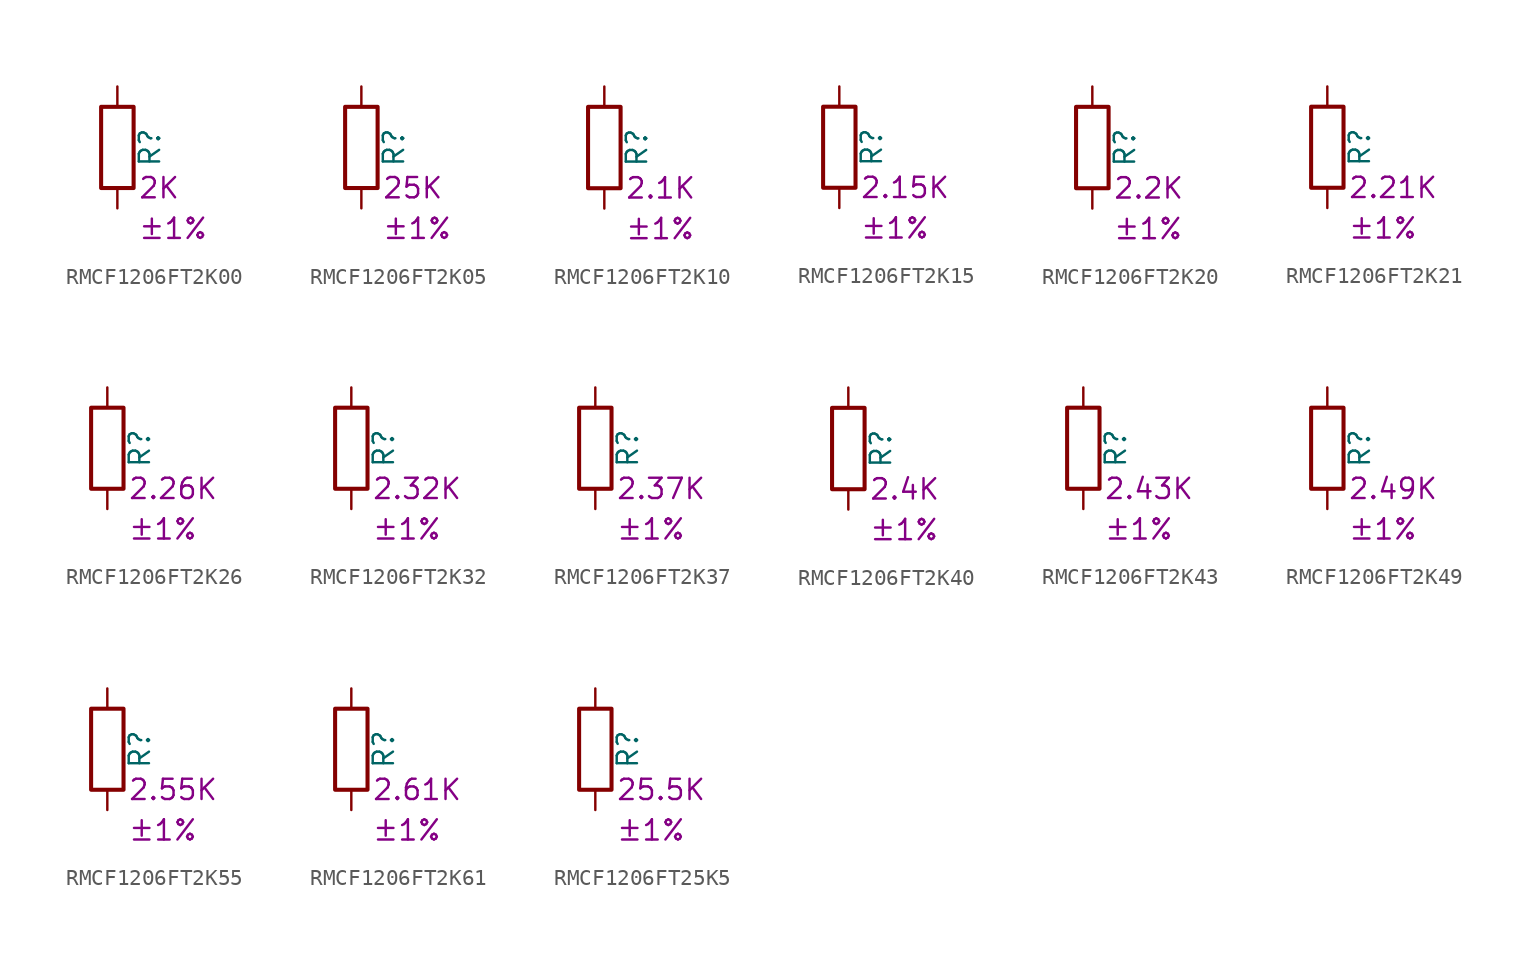
<source format=kicad_sym>
(kicad_symbol_lib
  (version 20220914)
  (generator kicad_symbol_editor)
  (symbol "RMCF1206FT2K00"
    (pin_numbers hide)
    (pin_names
      (offset 0))
    (property "Reference" "R"
      (at 2.032 0 90)
      (effects (font (size 1.27 1.27))))
    (property "Resistance" "2K"
      (at 1.27 -2.54 0)
      (effects (font (size 1.27 1.27)) (justify left)))
    (property "Tolerance" "±1%"
      (at 1.27 -5.08 0)
      (effects (font (size 1.27 1.27)) (justify left)))
    (symbol "RMCF1206FT2K00_0_1"
      (rectangle (start -1.016 -2.54) (end 1.016 2.54) (stroke (width 0.254) (type default)) (fill (type none))))
    (symbol "RMCF1206FT2K00_1_1"
      (pin passive line (at 0 3.81 270) (length 1.27) (name "~" (effects (font (size 1.27 1.27)))) (number "1" (effects (font (size 1.27 1.27)))))
      (pin passive line (at 0 -3.81 90) (length 1.27) (name "~" (effects (font (size 1.27 1.27)))) (number "2" (effects (font (size 1.27 1.27)))))))
  (symbol "RMCF1206FT2K05"
    (pin_numbers hide)
    (pin_names
      (offset 0))
    (property "Reference" "R"
      (at 2.032 0 90)
      (effects (font (size 1.27 1.27))))
    (property "Resistance" "25K"
      (at 1.27 -2.54 0)
      (effects (font (size 1.27 1.27)) (justify left)))
    (property "Tolerance" "±1%"
      (at 1.27 -5.08 0)
      (effects (font (size 1.27 1.27)) (justify left)))
    (symbol "RMCF1206FT2K05_0_1"
      (rectangle (start -1.016 -2.54) (end 1.016 2.54) (stroke (width 0.254) (type default)) (fill (type none))))
    (symbol "RMCF1206FT2K05_1_1"
      (pin passive line (at 0 3.81 270) (length 1.27) (name "~" (effects (font (size 1.27 1.27)))) (number "1" (effects (font (size 1.27 1.27)))))
      (pin passive line (at 0 -3.81 90) (length 1.27) (name "~" (effects (font (size 1.27 1.27)))) (number "2" (effects (font (size 1.27 1.27)))))))
  (symbol "RMCF1206FT2K10"
    (pin_numbers hide)
    (pin_names
      (offset 0))
    (property "Reference" "R"
      (at 2.032 0 90)
      (effects (font (size 1.27 1.27))))
    (property "Resistance" "2.1K"
      (at 1.27 -2.54 0)
      (effects (font (size 1.27 1.27)) (justify left)))
    (property "Tolerance" "±1%"
      (at 1.27 -5.08 0)
      (effects (font (size 1.27 1.27)) (justify left)))
    (symbol "RMCF1206FT2K10_0_1"
      (rectangle (start -1.016 -2.54) (end 1.016 2.54) (stroke (width 0.254) (type default)) (fill (type none))))
    (symbol "RMCF1206FT2K10_1_1"
      (pin passive line (at 0 3.81 270) (length 1.27) (name "~" (effects (font (size 1.27 1.27)))) (number "1" (effects (font (size 1.27 1.27)))))
      (pin passive line (at 0 -3.81 90) (length 1.27) (name "~" (effects (font (size 1.27 1.27)))) (number "2" (effects (font (size 1.27 1.27)))))))
  (symbol "RMCF1206FT2K15"
    (pin_numbers hide)
    (pin_names
      (offset 0))
    (property "Reference" "R"
      (at 2.032 0 90)
      (effects (font (size 1.27 1.27))))
    (property "Resistance" "2.15K"
      (at 1.27 -2.54 0)
      (effects (font (size 1.27 1.27)) (justify left)))
    (property "Tolerance" "±1%"
      (at 1.27 -5.08 0)
      (effects (font (size 1.27 1.27)) (justify left)))
    (symbol "RMCF1206FT2K15_0_1"
      (rectangle (start -1.016 -2.54) (end 1.016 2.54) (stroke (width 0.254) (type default)) (fill (type none))))
    (symbol "RMCF1206FT2K15_1_1"
      (pin passive line (at 0 3.81 270) (length 1.27) (name "~" (effects (font (size 1.27 1.27)))) (number "1" (effects (font (size 1.27 1.27)))))
      (pin passive line (at 0 -3.81 90) (length 1.27) (name "~" (effects (font (size 1.27 1.27)))) (number "2" (effects (font (size 1.27 1.27)))))))
  (symbol "RMCF1206FT2K20"
    (pin_numbers hide)
    (pin_names
      (offset 0))
    (property "Reference" "R"
      (at 2.032 0 90)
      (effects (font (size 1.27 1.27))))
    (property "Resistance" "2.2K"
      (at 1.27 -2.54 0)
      (effects (font (size 1.27 1.27)) (justify left)))
    (property "Tolerance" "±1%"
      (at 1.27 -5.08 0)
      (effects (font (size 1.27 1.27)) (justify left)))
    (symbol "RMCF1206FT2K20_0_1"
      (rectangle (start -1.016 -2.54) (end 1.016 2.54) (stroke (width 0.254) (type default)) (fill (type none))))
    (symbol "RMCF1206FT2K20_1_1"
      (pin passive line (at 0 3.81 270) (length 1.27) (name "~" (effects (font (size 1.27 1.27)))) (number "1" (effects (font (size 1.27 1.27)))))
      (pin passive line (at 0 -3.81 90) (length 1.27) (name "~" (effects (font (size 1.27 1.27)))) (number "2" (effects (font (size 1.27 1.27)))))))
  (symbol "RMCF1206FT2K21"
    (pin_numbers hide)
    (pin_names
      (offset 0))
    (property "Reference" "R"
      (at 2.032 0 90)
      (effects (font (size 1.27 1.27))))
    (property "Resistance" "2.21K"
      (at 1.27 -2.54 0)
      (effects (font (size 1.27 1.27)) (justify left)))
    (property "Tolerance" "±1%"
      (at 1.27 -5.08 0)
      (effects (font (size 1.27 1.27)) (justify left)))
    (symbol "RMCF1206FT2K21_0_1"
      (rectangle (start -1.016 -2.54) (end 1.016 2.54) (stroke (width 0.254) (type default)) (fill (type none))))
    (symbol "RMCF1206FT2K21_1_1"
      (pin passive line (at 0 3.81 270) (length 1.27) (name "~" (effects (font (size 1.27 1.27)))) (number "1" (effects (font (size 1.27 1.27)))))
      (pin passive line (at 0 -3.81 90) (length 1.27) (name "~" (effects (font (size 1.27 1.27)))) (number "2" (effects (font (size 1.27 1.27)))))))
  (symbol "RMCF1206FT2K26"
    (pin_numbers hide)
    (pin_names
      (offset 0))
    (property "Reference" "R"
      (at 2.032 0 90)
      (effects (font (size 1.27 1.27))))
    (property "Resistance" "2.26K"
      (at 1.27 -2.54 0)
      (effects (font (size 1.27 1.27)) (justify left)))
    (property "Tolerance" "±1%"
      (at 1.27 -5.08 0)
      (effects (font (size 1.27 1.27)) (justify left)))
    (symbol "RMCF1206FT2K26_0_1"
      (rectangle (start -1.016 -2.54) (end 1.016 2.54) (stroke (width 0.254) (type default)) (fill (type none))))
    (symbol "RMCF1206FT2K26_1_1"
      (pin passive line (at 0 3.81 270) (length 1.27) (name "~" (effects (font (size 1.27 1.27)))) (number "1" (effects (font (size 1.27 1.27)))))
      (pin passive line (at 0 -3.81 90) (length 1.27) (name "~" (effects (font (size 1.27 1.27)))) (number "2" (effects (font (size 1.27 1.27)))))))
  (symbol "RMCF1206FT2K32"
    (pin_numbers hide)
    (pin_names
      (offset 0))
    (property "Reference" "R"
      (at 2.032 0 90)
      (effects (font (size 1.27 1.27))))
    (property "Resistance" "2.32K"
      (at 1.27 -2.54 0)
      (effects (font (size 1.27 1.27)) (justify left)))
    (property "Tolerance" "±1%"
      (at 1.27 -5.08 0)
      (effects (font (size 1.27 1.27)) (justify left)))
    (symbol "RMCF1206FT2K32_0_1"
      (rectangle (start -1.016 -2.54) (end 1.016 2.54) (stroke (width 0.254) (type default)) (fill (type none))))
    (symbol "RMCF1206FT2K32_1_1"
      (pin passive line (at 0 3.81 270) (length 1.27) (name "~" (effects (font (size 1.27 1.27)))) (number "1" (effects (font (size 1.27 1.27)))))
      (pin passive line (at 0 -3.81 90) (length 1.27) (name "~" (effects (font (size 1.27 1.27)))) (number "2" (effects (font (size 1.27 1.27)))))))
  (symbol "RMCF1206FT2K37"
    (pin_numbers hide)
    (pin_names
      (offset 0))
    (property "Reference" "R"
      (at 2.032 0 90)
      (effects (font (size 1.27 1.27))))
    (property "Resistance" "2.37K"
      (at 1.27 -2.54 0)
      (effects (font (size 1.27 1.27)) (justify left)))
    (property "Tolerance" "±1%"
      (at 1.27 -5.08 0)
      (effects (font (size 1.27 1.27)) (justify left)))
    (symbol "RMCF1206FT2K37_0_1"
      (rectangle (start -1.016 -2.54) (end 1.016 2.54) (stroke (width 0.254) (type default)) (fill (type none))))
    (symbol "RMCF1206FT2K37_1_1"
      (pin passive line (at 0 3.81 270) (length 1.27) (name "~" (effects (font (size 1.27 1.27)))) (number "1" (effects (font (size 1.27 1.27)))))
      (pin passive line (at 0 -3.81 90) (length 1.27) (name "~" (effects (font (size 1.27 1.27)))) (number "2" (effects (font (size 1.27 1.27)))))))
  (symbol "RMCF1206FT2K40"
    (pin_numbers hide)
    (pin_names
      (offset 0))
    (property "Reference" "R"
      (at 2.032 0 90)
      (effects (font (size 1.27 1.27))))
    (property "Resistance" "2.4K"
      (at 1.27 -2.54 0)
      (effects (font (size 1.27 1.27)) (justify left)))
    (property "Tolerance" "±1%"
      (at 1.27 -5.08 0)
      (effects (font (size 1.27 1.27)) (justify left)))
    (symbol "RMCF1206FT2K40_0_1"
      (rectangle (start -1.016 -2.54) (end 1.016 2.54) (stroke (width 0.254) (type default)) (fill (type none))))
    (symbol "RMCF1206FT2K40_1_1"
      (pin passive line (at 0 3.81 270) (length 1.27) (name "~" (effects (font (size 1.27 1.27)))) (number "1" (effects (font (size 1.27 1.27)))))
      (pin passive line (at 0 -3.81 90) (length 1.27) (name "~" (effects (font (size 1.27 1.27)))) (number "2" (effects (font (size 1.27 1.27)))))))
  (symbol "RMCF1206FT2K43"
    (pin_numbers hide)
    (pin_names
      (offset 0))
    (property "Reference" "R"
      (at 2.032 0 90)
      (effects (font (size 1.27 1.27))))
    (property "Resistance" "2.43K"
      (at 1.27 -2.54 0)
      (effects (font (size 1.27 1.27)) (justify left)))
    (property "Tolerance" "±1%"
      (at 1.27 -5.08 0)
      (effects (font (size 1.27 1.27)) (justify left)))
    (symbol "RMCF1206FT2K43_0_1"
      (rectangle (start -1.016 -2.54) (end 1.016 2.54) (stroke (width 0.254) (type default)) (fill (type none))))
    (symbol "RMCF1206FT2K43_1_1"
      (pin passive line (at 0 3.81 270) (length 1.27) (name "~" (effects (font (size 1.27 1.27)))) (number "1" (effects (font (size 1.27 1.27)))))
      (pin passive line (at 0 -3.81 90) (length 1.27) (name "~" (effects (font (size 1.27 1.27)))) (number "2" (effects (font (size 1.27 1.27)))))))
  (symbol "RMCF1206FT2K49"
    (pin_numbers hide)
    (pin_names
      (offset 0))
    (property "Reference" "R"
      (at 2.032 0 90)
      (effects (font (size 1.27 1.27))))
    (property "Resistance" "2.49K"
      (at 1.27 -2.54 0)
      (effects (font (size 1.27 1.27)) (justify left)))
    (property "Tolerance" "±1%"
      (at 1.27 -5.08 0)
      (effects (font (size 1.27 1.27)) (justify left)))
    (symbol "RMCF1206FT2K49_0_1"
      (rectangle (start -1.016 -2.54) (end 1.016 2.54) (stroke (width 0.254) (type default)) (fill (type none))))
    (symbol "RMCF1206FT2K49_1_1"
      (pin passive line (at 0 3.81 270) (length 1.27) (name "~" (effects (font (size 1.27 1.27)))) (number "1" (effects (font (size 1.27 1.27)))))
      (pin passive line (at 0 -3.81 90) (length 1.27) (name "~" (effects (font (size 1.27 1.27)))) (number "2" (effects (font (size 1.27 1.27)))))))
  (symbol "RMCF1206FT2K55"
    (pin_numbers hide)
    (pin_names
      (offset 0))
    (property "Reference" "R"
      (at 2.032 0 90)
      (effects (font (size 1.27 1.27))))
    (property "Resistance" "2.55K"
      (at 1.27 -2.54 0)
      (effects (font (size 1.27 1.27)) (justify left)))
    (property "Tolerance" "±1%"
      (at 1.27 -5.08 0)
      (effects (font (size 1.27 1.27)) (justify left)))
    (symbol "RMCF1206FT2K55_0_1"
      (rectangle (start -1.016 -2.54) (end 1.016 2.54) (stroke (width 0.254) (type default)) (fill (type none))))
    (symbol "RMCF1206FT2K55_1_1"
      (pin passive line (at 0 3.81 270) (length 1.27) (name "~" (effects (font (size 1.27 1.27)))) (number "1" (effects (font (size 1.27 1.27)))))
      (pin passive line (at 0 -3.81 90) (length 1.27) (name "~" (effects (font (size 1.27 1.27)))) (number "2" (effects (font (size 1.27 1.27)))))))
  (symbol "RMCF1206FT2K61"
    (pin_numbers hide)
    (pin_names
      (offset 0))
    (property "Reference" "R"
      (at 2.032 0 90)
      (effects (font (size 1.27 1.27))))
    (property "Resistance" "2.61K"
      (at 1.27 -2.54 0)
      (effects (font (size 1.27 1.27)) (justify left)))
    (property "Tolerance" "±1%"
      (at 1.27 -5.08 0)
      (effects (font (size 1.27 1.27)) (justify left)))
    (symbol "RMCF1206FT2K61_0_1"
      (rectangle (start -1.016 -2.54) (end 1.016 2.54) (stroke (width 0.254) (type default)) (fill (type none))))
    (symbol "RMCF1206FT2K61_1_1"
      (pin passive line (at 0 3.81 270) (length 1.27) (name "~" (effects (font (size 1.27 1.27)))) (number "1" (effects (font (size 1.27 1.27)))))
      (pin passive line (at 0 -3.81 90) (length 1.27) (name "~" (effects (font (size 1.27 1.27)))) (number "2" (effects (font (size 1.27 1.27)))))))
  (symbol "RMCF1206FT25K5"
    (pin_numbers hide)
    (pin_names
      (offset 0))
    (property "Reference" "R"
      (at 2.032 0 90)
      (effects (font (size 1.27 1.27))))
    (property "Resistance" "25.5K"
      (at 1.27 -2.54 0)
      (effects (font (size 1.27 1.27)) (justify left)))
    (property "Tolerance" "±1%"
      (at 1.27 -5.08 0)
      (effects (font (size 1.27 1.27)) (justify left)))
    (symbol "RMCF1206FT25K5_0_1"
      (rectangle (start -1.016 -2.54) (end 1.016 2.54) (stroke (width 0.254) (type default)) (fill (type none))))
    (symbol "RMCF1206FT25K5_1_1"
      (pin passive line (at 0 3.81 270) (length 1.27) (name "~" (effects (font (size 1.27 1.27)))) (number "1" (effects (font (size 1.27 1.27)))))
      (pin passive line (at 0 -3.81 90) (length 1.27) (name "~" (effects (font (size 1.27 1.27)))) (number "2" (effects (font (size 1.27 1.27))))))))
</source>
